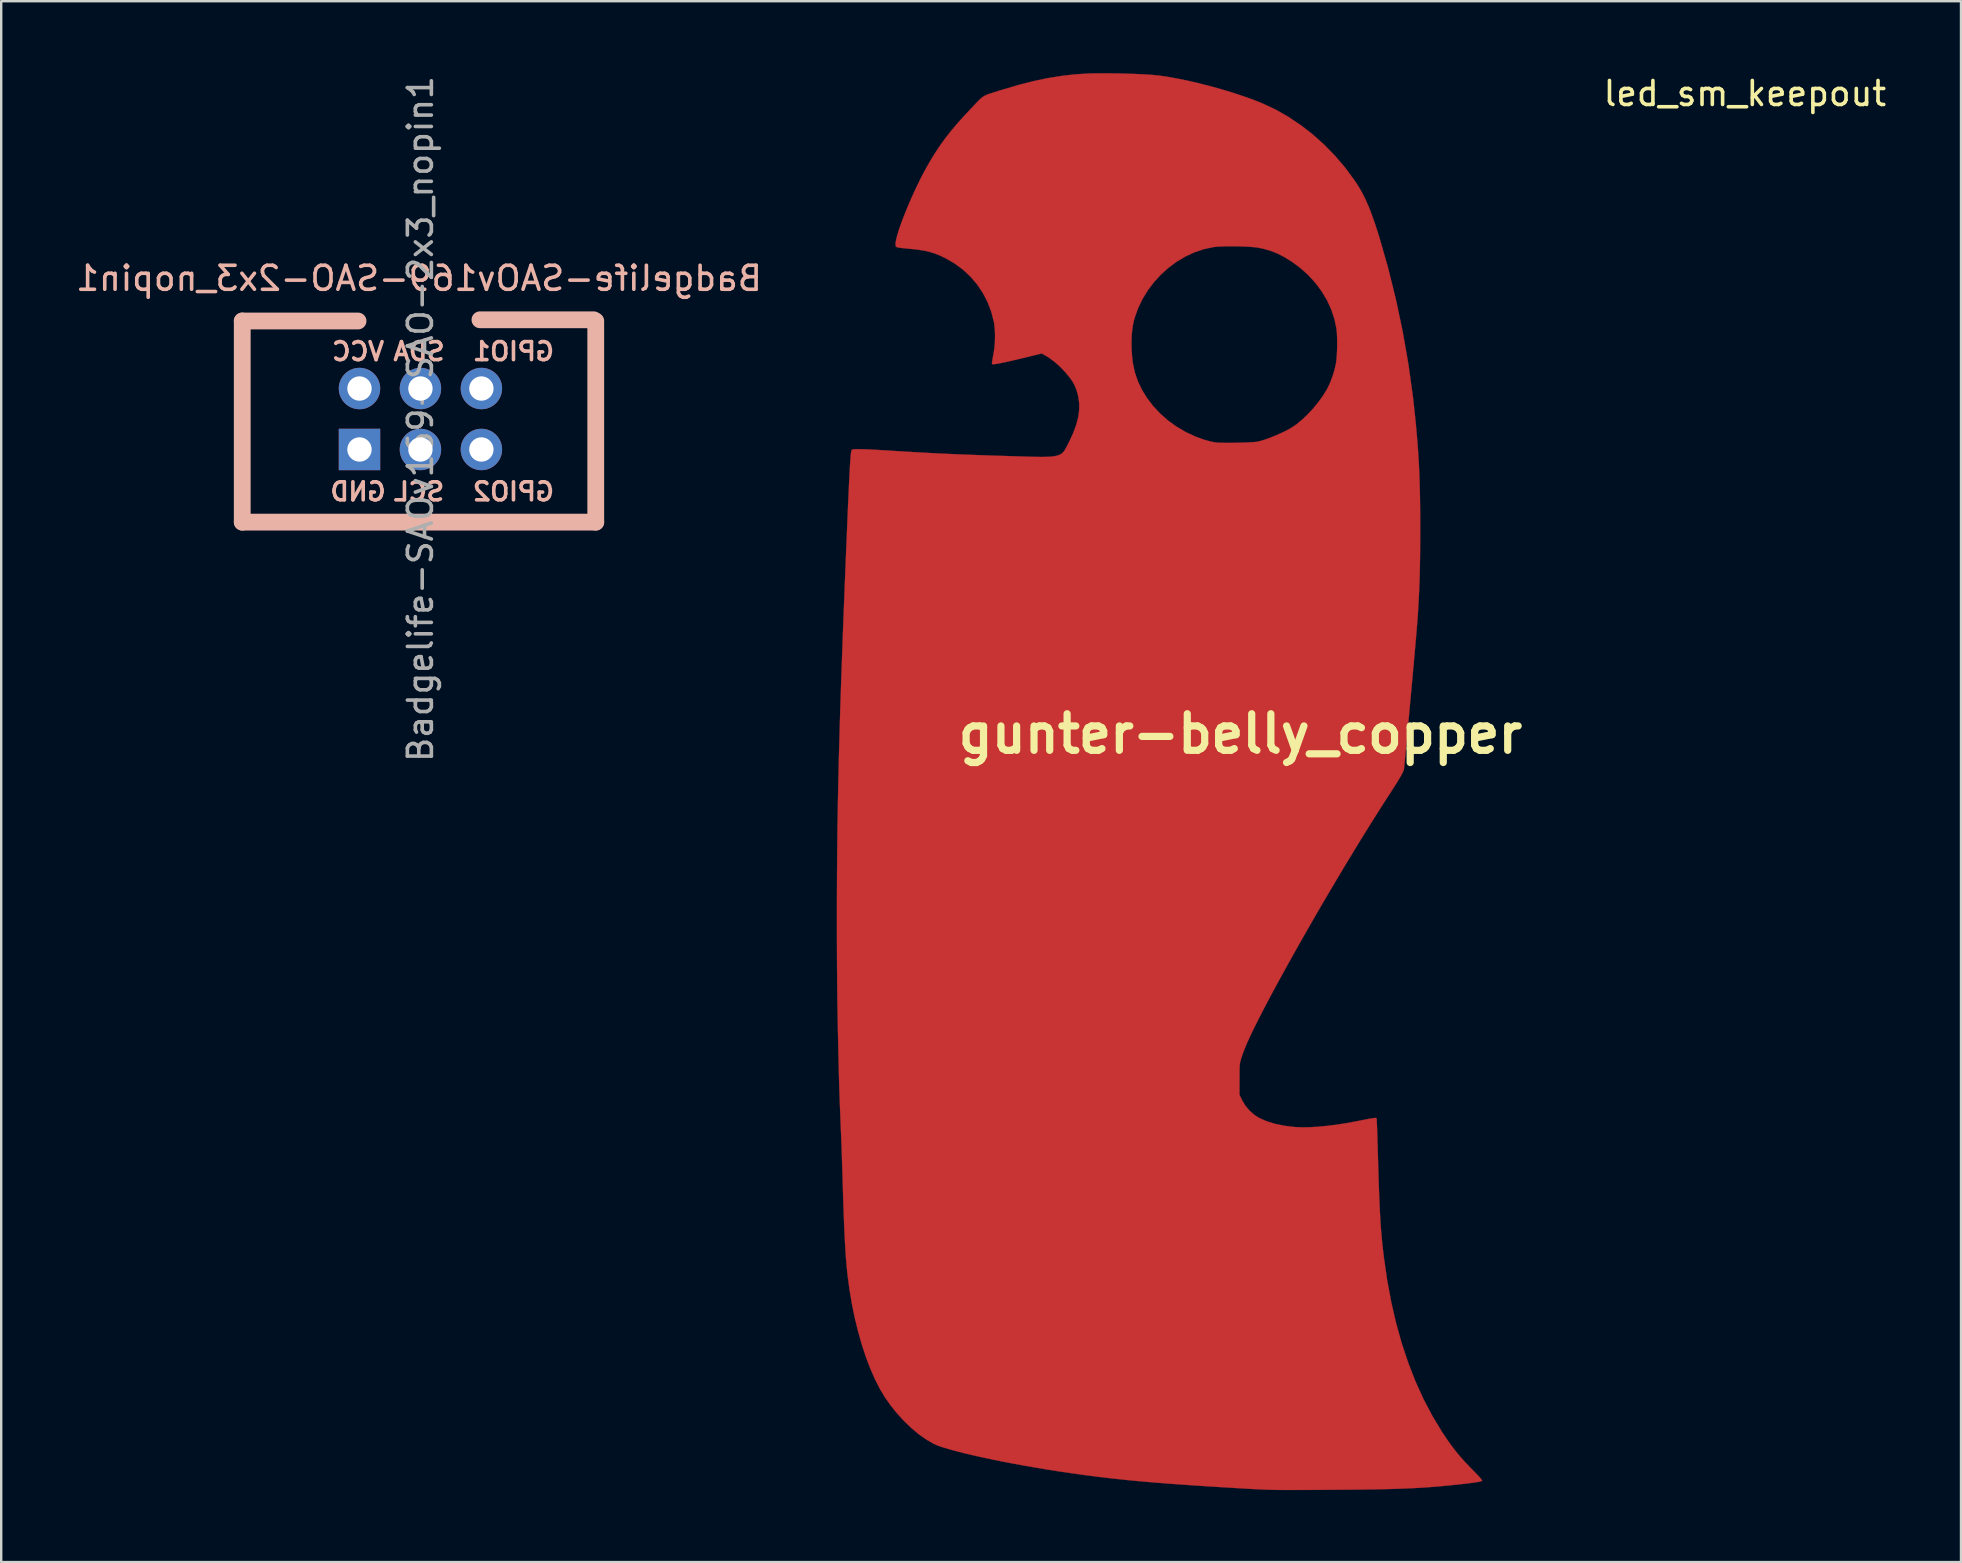
<source format=kicad_pcb>
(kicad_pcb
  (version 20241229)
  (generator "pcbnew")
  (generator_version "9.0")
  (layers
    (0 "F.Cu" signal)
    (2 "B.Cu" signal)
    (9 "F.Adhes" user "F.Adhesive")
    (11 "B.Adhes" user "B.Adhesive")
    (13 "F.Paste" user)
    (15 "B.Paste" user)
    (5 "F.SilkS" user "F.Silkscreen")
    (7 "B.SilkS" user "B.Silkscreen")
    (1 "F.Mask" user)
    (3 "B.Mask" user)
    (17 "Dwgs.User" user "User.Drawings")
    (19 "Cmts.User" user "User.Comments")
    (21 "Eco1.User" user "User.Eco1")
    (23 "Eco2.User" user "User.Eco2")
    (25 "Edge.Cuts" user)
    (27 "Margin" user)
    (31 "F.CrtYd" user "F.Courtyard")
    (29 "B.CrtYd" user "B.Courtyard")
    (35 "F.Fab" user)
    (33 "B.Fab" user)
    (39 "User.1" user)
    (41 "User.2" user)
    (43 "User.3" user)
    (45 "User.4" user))
  (footprint "led_sm_keepout"
    (layer "F.Cu")
    (at 69.665 3.598)
    (property "Reference" "led_sm_keepout" (at 0 -2.75 0) (layer "F.SilkS") (effects (font (size 1 1) (thickness 0.15))))
    (attr smd)
    (pad "" smd circle (at 0 0) (size 3.2 3.2) (layers "F.Mask")))
  (footprint "Badgelife-SAOv169-SAO-2x3_nopin1"
    (layer "F.Cu")
    (at 14.411 14.391)
    (property "Reference" "Badgelife-SAOv169-SAO-2x3_nopin1" (at 0 -5.842 0) (layer "B.SilkS") (effects (font (size 1 1) (thickness 0.15)) (justify mirror)))
    (attr through_hole)
    (fp_line (start -7.366 -4.064) (end -7.366 4.318) (stroke (width 0.7) (type solid)) (layer "B.SilkS"))
    (fp_line (start -7.366 4.318) (end 7.366 4.318) (stroke (width 0.7) (type solid)) (layer "B.SilkS"))
    (fp_line (start -2.54 -4.064) (end -7.366 -4.064) (stroke (width 0.7) (type solid)) (layer "B.SilkS"))
    (fp_line (start 7.28 -4.115) (end 2.54 -4.115) (stroke (width 0.7) (type solid)) (layer "B.SilkS"))
    (fp_line (start 7.366 4.318) (end 7.366 -4.064) (stroke (width 0.7) (type solid)) (layer "B.SilkS"))
    (fp_text user "GPIO1" (at 3.937 -2.794 0) (unlocked yes) (layer "B.SilkS") (effects (font (size 0.75 0.75) (thickness 0.15)) (justify mirror)))
    (fp_text user "VCC" (at -2.54 -2.794 0) (unlocked yes) (layer "B.SilkS") (effects (font (size 0.75 0.75) (thickness 0.15)) (justify mirror)))
    (fp_text user "SCL" (at 0 3.048 0) (layer "B.SilkS") (effects (font (size 0.75 0.75) (thickness 0.15)) (justify mirror)))
    (fp_text user "GND" (at -2.54 3.048 0) (unlocked yes) (layer "B.SilkS") (effects (font (size 0.75 0.75) (thickness 0.15)) (justify mirror)))
    (fp_text user "SDA" (at 0 -2.794 0) (unlocked yes) (layer "B.SilkS") (effects (font (size 0.75 0.75) (thickness 0.15)) (justify mirror)))
    (fp_text user "GPIO2" (at 3.937 3.048 0) (layer "B.SilkS") (effects (font (size 0.75 0.75) (thickness 0.15)) (justify mirror)))
    (fp_text user "${REFERENCE}" (at 0.06 0.02 270) (layer "F.Fab") (effects (font (size 1 1) (thickness 0.15))))
    (pad "1" thru_hole oval (at -2.48 -1.25 270) (size 1.727 1.727) (drill 1.016) (layers "*.Cu" "*.Mask"))
    (pad "2" thru_hole rect (at -2.48 1.29 270) (size 1.727 1.727) (drill 1.016) (layers "*.Cu" "*.Mask"))
    (pad "3" thru_hole oval (at 0.06 -1.25 270) (size 1.727 1.727) (drill 1.016) (layers "*.Cu" "*.Mask"))
    (pad "4" thru_hole oval (at 0.06 1.29 270) (size 1.727 1.727) (drill 1.016) (layers "*.Cu" "*.Mask"))
    (pad "5" thru_hole circle (at 2.6 -1.25 270) (size 1.727 1.727) (drill 1.016) (layers "*.Cu" "*.Mask"))
    (pad "6" thru_hole circle (at 2.6 1.29 270) (size 1.727 1.727) (drill 1.016) (layers "*.Cu" "*.Mask")))
  (footprint "gunter-belly_copper"
    (layer "F.Cu")
    (at 48.641 27.529)
    (property "Reference" "gunter-belly_copper" (at 0 0 0) (layer "F.SilkS") (effects (font (size 1.524 1.524) (thickness 0.3))))
    (attr through_hole)
    (fp_poly (pts (xy -5.291 -27.521) (xy -4.965 -27.515) (xy -4.639 -27.506) (xy -4.324 -27.494) (xy -4.032 -27.481) (xy -3.77 -27.465) (xy -3.658 -27.456) (xy -3.326 -27.42) (xy -2.955 -27.364) (xy -2.555 -27.291) (xy -2.131 -27.202) (xy -1.692 -27.099) (xy -1.246 -26.985) (xy -0.8 -26.861) (xy -0.361 -26.729) (xy 0.061 -26.591) (xy 0.461 -26.45) (xy 0.829 -26.307) (xy 0.902 -26.277) (xy 1.452 -26.02) (xy 1.989 -25.716) (xy 2.51 -25.368) (xy 3.011 -24.98) (xy 3.488 -24.554) (xy 3.938 -24.094) (xy 4.357 -23.602) (xy 4.742 -23.082) (xy 4.847 -22.926) (xy 4.984 -22.705) (xy 5.113 -22.471) (xy 5.236 -22.218) (xy 5.357 -21.94) (xy 5.477 -21.631) (xy 5.599 -21.285) (xy 5.725 -20.898) (xy 5.775 -20.739) (xy 6.15 -19.435) (xy 6.479 -18.109) (xy 6.763 -16.765) (xy 7.001 -15.405) (xy 7.192 -14.032) (xy 7.301 -13.018) (xy 7.34 -12.593) (xy 7.374 -12.192) (xy 7.403 -11.808) (xy 7.427 -11.433) (xy 7.447 -11.06) (xy 7.463 -10.68) (xy 7.475 -10.287) (xy 7.484 -9.872) (xy 7.49 -9.428) (xy 7.493 -8.947) (xy 7.494 -8.504) (xy 7.492 -7.945) (xy 7.488 -7.428) (xy 7.48 -6.946) (xy 7.469 -6.489) (xy 7.453 -6.05) (xy 7.433 -5.62) (xy 7.409 -5.192) (xy 7.379 -4.756) (xy 7.344 -4.305) (xy 7.315 -3.962) (xy 7.3 -3.788) (xy 7.281 -3.579) (xy 7.26 -3.342) (xy 7.237 -3.078) (xy 7.211 -2.793) (xy 7.183 -2.491) (xy 7.155 -2.174) (xy 7.125 -1.849) (xy 7.095 -1.517) (xy 7.064 -1.185) (xy 7.034 -0.855) (xy 7.004 -0.531) (xy 6.976 -0.218) (xy 6.948 0.081) (xy 6.922 0.361) (xy 6.898 0.619) (xy 6.877 0.85) (xy 6.858 1.05) (xy 6.842 1.216) (xy 6.83 1.343) (xy 6.821 1.428) (xy 6.817 1.466) (xy 6.805 1.516) (xy 6.779 1.582) (xy 6.737 1.667) (xy 6.677 1.776) (xy 6.597 1.91) (xy 6.496 2.075) (xy 6.37 2.273) (xy 6.218 2.509) (xy 6.173 2.578) (xy 5.841 3.094) (xy 5.494 3.643) (xy 5.136 4.218) (xy 4.77 4.815) (xy 4.397 5.429) (xy 4.023 6.055) (xy 3.648 6.689) (xy 3.275 7.325) (xy 2.909 7.959) (xy 2.551 8.586) (xy 2.204 9.201) (xy 1.872 9.798) (xy 1.556 10.374) (xy 1.26 10.923) (xy 0.987 11.44) (xy 0.74 11.921) (xy 0.712 11.976) (xy 0.547 12.308) (xy 0.406 12.603) (xy 0.287 12.864) (xy 0.188 13.099) (xy 0.107 13.31) (xy 0.041 13.505) (xy 0.034 13.526) (xy 0.013 13.598) (xy -0.004 13.66) (xy -0.016 13.722) (xy -0.025 13.79) (xy -0.031 13.874) (xy -0.034 13.98) (xy -0.036 14.117) (xy -0.037 14.293) (xy -0.037 14.402) (xy -0.038 15.05) (xy 0.075 15.278) (xy 0.21 15.503) (xy 0.384 15.708) (xy 0.585 15.884) (xy 0.8 16.019) (xy 1.11 16.153) (xy 1.46 16.259) (xy 1.85 16.337) (xy 2.258 16.387) (xy 2.542 16.4) (xy 2.867 16.397) (xy 3.228 16.376) (xy 3.616 16.339) (xy 4.027 16.287) (xy 4.454 16.22) (xy 4.864 16.143) (xy 5.086 16.099) (xy 5.264 16.064) (xy 5.402 16.039) (xy 5.505 16.021) (xy 5.578 16.011) (xy 5.627 16.008) (xy 5.656 16.01) (xy 5.671 16.018) (xy 5.673 16.021) (xy 5.677 16.051) (xy 5.682 16.126) (xy 5.687 16.24) (xy 5.694 16.388) (xy 5.7 16.564) (xy 5.707 16.762) (xy 5.713 16.977) (xy 5.714 17.007) (xy 5.729 17.518) (xy 5.742 17.981) (xy 5.755 18.401) (xy 5.767 18.782) (xy 5.78 19.127) (xy 5.792 19.44) (xy 5.804 19.726) (xy 5.817 19.986) (xy 5.831 20.227) (xy 5.845 20.45) (xy 5.86 20.661) (xy 5.877 20.862) (xy 5.895 21.058) (xy 5.915 21.252) (xy 5.936 21.449) (xy 5.96 21.651) (xy 5.983 21.844) (xy 6.12 22.788) (xy 6.29 23.699) (xy 6.493 24.577) (xy 6.73 25.421) (xy 6.999 26.228) (xy 7.301 27) (xy 7.635 27.735) (xy 8.002 28.431) (xy 8.399 29.088) (xy 8.446 29.159) (xy 8.632 29.435) (xy 8.808 29.682) (xy 8.984 29.911) (xy 9.168 30.132) (xy 9.368 30.356) (xy 9.595 30.594) (xy 9.755 30.756) (xy 9.86 30.863) (xy 9.95 30.959) (xy 10.02 31.039) (xy 10.064 31.095) (xy 10.078 31.121) (xy 10.059 31.138) (xy 10.013 31.155) (xy 9.936 31.173) (xy 9.824 31.192) (xy 9.673 31.213) (xy 9.481 31.238) (xy 9.243 31.265) (xy 9.119 31.279) (xy 8.832 31.309) (xy 8.556 31.337) (xy 8.286 31.362) (xy 8.02 31.384) (xy 7.752 31.404) (xy 7.478 31.422) (xy 7.195 31.437) (xy 6.898 31.45) (xy 6.584 31.462) (xy 6.249 31.472) (xy 5.888 31.481) (xy 5.497 31.488) (xy 5.073 31.494) (xy 4.611 31.499) (xy 4.107 31.503) (xy 3.558 31.507) (xy 3.404 31.508) (xy 3.022 31.51) (xy 2.686 31.511) (xy 2.39 31.512) (xy 2.13 31.513) (xy 1.901 31.513) (xy 1.698 31.512) (xy 1.515 31.51) (xy 1.348 31.507) (xy 1.191 31.503) (xy 1.04 31.498) (xy 0.889 31.492) (xy 0.733 31.484) (xy 0.568 31.476) (xy 0.389 31.466) (xy 0.267 31.459) (xy -0.389 31.42) (xy -0.997 31.383) (xy -1.563 31.347) (xy -2.089 31.312) (xy -2.581 31.278) (xy -3.042 31.244) (xy -3.475 31.21) (xy -3.886 31.176) (xy -4.277 31.141) (xy -4.653 31.105) (xy -5.018 31.067) (xy -5.376 31.028) (xy -5.73 30.987) (xy -6.085 30.943) (xy -6.444 30.897) (xy -6.629 30.872) (xy -7.107 30.805) (xy -7.588 30.734) (xy -8.068 30.658) (xy -8.546 30.578) (xy -9.016 30.496) (xy -9.476 30.412) (xy -9.922 30.326) (xy -10.351 30.239) (xy -10.759 30.153) (xy -11.142 30.067) (xy -11.497 29.983) (xy -11.821 29.901) (xy -12.11 29.822) (xy -12.361 29.747) (xy -12.57 29.677) (xy -12.733 29.611) (xy -12.789 29.585) (xy -13.095 29.407) (xy -13.407 29.186) (xy -13.717 28.926) (xy -14.021 28.634) (xy -14.312 28.315) (xy -14.585 27.975) (xy -14.811 27.653) (xy -15.027 27.292) (xy -15.234 26.885) (xy -15.43 26.437) (xy -15.613 25.952) (xy -15.782 25.435) (xy -15.936 24.89) (xy -16.074 24.322) (xy -16.194 23.734) (xy -16.294 23.133) (xy -16.369 22.568) (xy -16.391 22.364) (xy -16.411 22.15) (xy -16.431 21.923) (xy -16.449 21.68) (xy -16.466 21.416) (xy -16.482 21.127) (xy -16.498 20.811) (xy -16.513 20.462) (xy -16.528 20.078) (xy -16.543 19.655) (xy -16.558 19.188) (xy -16.574 18.674) (xy -16.574 18.669) (xy -16.582 18.391) (xy -16.591 18.109) (xy -16.6 17.83) (xy -16.609 17.563) (xy -16.617 17.314) (xy -16.625 17.094) (xy -16.632 16.908) (xy -16.637 16.777) (xy -16.653 16.411) (xy -16.666 16.089) (xy -16.677 15.805) (xy -16.687 15.55) (xy -16.696 15.318) (xy -16.704 15.103) (xy -16.711 14.897) (xy -16.717 14.694) (xy -16.723 14.486) (xy -16.729 14.267) (xy -16.735 14.03) (xy -16.738 13.881) (xy -16.753 13.283) (xy -16.765 12.727) (xy -16.776 12.205) (xy -16.785 11.708) (xy -16.793 11.227) (xy -16.799 10.755) (xy -16.804 10.283) (xy -16.808 9.802) (xy -16.811 9.304) (xy -16.813 8.78) (xy -16.814 8.223) (xy -16.814 7.623) (xy -16.814 7.62) (xy -16.814 7.01) (xy -16.812 6.41) (xy -16.809 5.817) (xy -16.805 5.228) (xy -16.799 4.641) (xy -16.792 4.052) (xy -16.783 3.459) (xy -16.773 2.858) (xy -16.761 2.248) (xy -16.747 1.625) (xy -16.732 0.987) (xy -16.714 0.33) (xy -16.695 -0.347) (xy -16.674 -1.049) (xy -16.65 -1.777) (xy -16.624 -2.535) (xy -16.596 -3.325) (xy -16.566 -4.15) (xy -16.533 -5.013) (xy -16.498 -5.917) (xy -16.46 -6.864) (xy -16.42 -7.858) (xy -16.395 -8.445) (xy -16.375 -8.939) (xy -16.356 -9.384) (xy -16.338 -9.784) (xy -16.322 -10.139) (xy -16.308 -10.453) (xy -16.294 -10.727) (xy -16.282 -10.965) (xy -16.27 -11.168) (xy -16.259 -11.339) (xy -16.249 -11.48) (xy -16.239 -11.593) (xy -16.23 -11.681) (xy -16.221 -11.745) (xy -16.212 -11.79) (xy -16.203 -11.815) (xy -16.203 -11.816) (xy -16.187 -11.836) (xy -16.157 -11.849) (xy -16.106 -11.857) (xy -16.023 -11.861) (xy -15.9 -11.862) (xy -15.88 -11.862) (xy -15.777 -11.86) (xy -15.633 -11.855) (xy -15.458 -11.848) (xy -15.26 -11.838) (xy -15.05 -11.826) (xy -14.838 -11.813) (xy -14.797 -11.811) (xy -14.355 -11.783) (xy -13.934 -11.757) (xy -13.528 -11.733) (xy -13.132 -11.711) (xy -12.739 -11.69) (xy -12.345 -11.671) (xy -11.944 -11.653) (xy -11.53 -11.636) (xy -11.097 -11.62) (xy -10.641 -11.604) (xy -10.154 -11.588) (xy -9.632 -11.572) (xy -9.069 -11.555) (xy -8.636 -11.543) (xy -8.353 -11.538) (xy -8.115 -11.539) (xy -7.918 -11.548) (xy -7.758 -11.566) (xy -7.628 -11.594) (xy -7.525 -11.631) (xy -7.443 -11.68) (xy -7.378 -11.741) (xy -7.357 -11.766) (xy -7.324 -11.819) (xy -7.273 -11.907) (xy -7.213 -12.018) (xy -7.149 -12.143) (xy -7.129 -12.182) (xy -6.966 -12.537) (xy -6.843 -12.868) (xy -6.761 -13.178) (xy -6.719 -13.473) (xy -6.716 -13.755) (xy -6.751 -14.031) (xy -6.795 -14.211) (xy -6.856 -14.399) (xy -6.925 -14.556) (xy -7.01 -14.703) (xy -7.098 -14.826) (xy -7.297 -15.069) (xy -7.515 -15.297) (xy -7.742 -15.499) (xy -7.968 -15.667) (xy -8.095 -15.745) (xy -8.277 -15.849) (xy -8.996 -15.673) (xy -9.313 -15.597) (xy -9.589 -15.533) (xy -9.824 -15.481) (xy -10.016 -15.442) (xy -10.164 -15.415) (xy -10.266 -15.401) (xy -10.322 -15.401) (xy -10.326 -15.402) (xy -10.34 -15.408) (xy -10.349 -15.419) (xy -10.353 -15.443) (xy -10.35 -15.484) (xy -10.339 -15.552) (xy -10.322 -15.653) (xy -10.295 -15.795) (xy -10.283 -15.862) (xy -10.248 -16.101) (xy -10.229 -16.356) (xy -4.538 -16.356) (xy -4.534 -16.03) (xy -4.512 -15.701) (xy -4.481 -15.443) (xy -4.4 -15.063) (xy -4.272 -14.69) (xy -4.099 -14.328) (xy -3.884 -13.981) (xy -3.631 -13.651) (xy -3.342 -13.343) (xy -3.02 -13.059) (xy -2.668 -12.804) (xy -2.29 -12.581) (xy -1.888 -12.392) (xy -1.836 -12.371) (xy -1.528 -12.26) (xy -1.245 -12.181) (xy -1.052 -12.143) (xy -0.966 -12.134) (xy -0.839 -12.128) (xy -0.68 -12.125) (xy -0.497 -12.124) (xy -0.3 -12.125) (xy -0.098 -12.129) (xy 0.102 -12.134) (xy 0.29 -12.141) (xy 0.457 -12.149) (xy 0.595 -12.159) (xy 0.695 -12.169) (xy 0.726 -12.175) (xy 0.889 -12.218) (xy 1.084 -12.281) (xy 1.299 -12.361) (xy 1.521 -12.452) (xy 1.738 -12.55) (xy 1.939 -12.648) (xy 2.111 -12.743) (xy 2.113 -12.744) (xy 2.336 -12.895) (xy 2.568 -13.086) (xy 2.801 -13.308) (xy 3.029 -13.552) (xy 3.242 -13.811) (xy 3.433 -14.075) (xy 3.595 -14.336) (xy 3.661 -14.46) (xy 3.756 -14.672) (xy 3.845 -14.912) (xy 3.92 -15.159) (xy 3.975 -15.392) (xy 3.977 -15.405) (xy 4.001 -15.575) (xy 4.019 -15.782) (xy 4.03 -16.01) (xy 4.035 -16.248) (xy 4.032 -16.479) (xy 4.022 -16.692) (xy 4.005 -16.87) (xy 4.002 -16.888) (xy 3.918 -17.291) (xy 3.785 -17.686) (xy 3.608 -18.071) (xy 3.387 -18.439) (xy 3.127 -18.789) (xy 2.829 -19.115) (xy 2.496 -19.414) (xy 2.144 -19.674) (xy 1.84 -19.862) (xy 1.551 -20.011) (xy 1.265 -20.125) (xy 0.971 -20.21) (xy 0.737 -20.258) (xy 0.591 -20.277) (xy 0.406 -20.293) (xy 0.193 -20.304) (xy -0.038 -20.312) (xy -0.275 -20.316) (xy -0.508 -20.316) (xy -0.726 -20.311) (xy -0.919 -20.302) (xy -1.075 -20.289) (xy -1.116 -20.283) (xy -1.517 -20.199) (xy -1.909 -20.068) (xy -2.287 -19.893) (xy -2.65 -19.678) (xy -2.991 -19.425) (xy -3.309 -19.14) (xy -3.599 -18.824) (xy -3.858 -18.482) (xy -4.081 -18.116) (xy -4.266 -17.731) (xy -4.408 -17.329) (xy -4.444 -17.201) (xy -4.493 -16.952) (xy -4.524 -16.667) (xy -4.538 -16.356) (xy -10.229 -16.356) (xy -10.229 -16.361) (xy -10.225 -16.626) (xy -10.236 -16.88) (xy -10.262 -17.105) (xy -10.271 -17.157) (xy -10.38 -17.582) (xy -10.534 -17.987) (xy -10.731 -18.368) (xy -10.969 -18.723) (xy -11.246 -19.048) (xy -11.559 -19.341) (xy -11.907 -19.599) (xy -12.265 -19.807) (xy -12.487 -19.914) (xy -12.695 -20.001) (xy -12.902 -20.069) (xy -13.119 -20.122) (xy -13.358 -20.163) (xy -13.632 -20.197) (xy -13.745 -20.207) (xy -13.937 -20.225) (xy -14.084 -20.24) (xy -14.193 -20.253) (xy -14.27 -20.266) (xy -14.32 -20.282) (xy -14.349 -20.301) (xy -14.363 -20.325) (xy -14.37 -20.355) (xy -14.372 -20.378) (xy -14.367 -20.479) (xy -14.34 -20.62) (xy -14.294 -20.797) (xy -14.23 -21.004) (xy -14.15 -21.236) (xy -14.056 -21.489) (xy -13.95 -21.758) (xy -13.834 -22.038) (xy -13.71 -22.324) (xy -13.58 -22.612) (xy -13.446 -22.895) (xy -13.31 -23.171) (xy -13.173 -23.433) (xy -13.043 -23.669) (xy -12.851 -23.997) (xy -12.658 -24.303) (xy -12.46 -24.595) (xy -12.25 -24.88) (xy -12.022 -25.166) (xy -11.771 -25.461) (xy -11.491 -25.773) (xy -11.206 -26.075) (xy -11.081 -26.208) (xy -10.98 -26.316) (xy -10.895 -26.402) (xy -10.822 -26.472) (xy -10.753 -26.528) (xy -10.681 -26.575) (xy -10.6 -26.615) (xy -10.504 -26.654) (xy -10.385 -26.695) (xy -10.238 -26.742) (xy -10.055 -26.798) (xy -9.852 -26.86) (xy -9.218 -27.046) (xy -8.614 -27.2) (xy -8.033 -27.322) (xy -7.469 -27.414) (xy -6.912 -27.478) (xy -6.401 -27.512) (xy -6.174 -27.52) (xy -5.906 -27.524) (xy -5.609 -27.524) (xy -5.291 -27.521)) (stroke (width 0.01) (type solid)) (fill yes) (layer "F.Cu")))
  (gr_rect
    (start -3 -3)
    (end 78.671 62.047)
    (stroke (width 0.1) (type default))
    (fill no)
    (layer "Edge.Cuts")))
</source>
